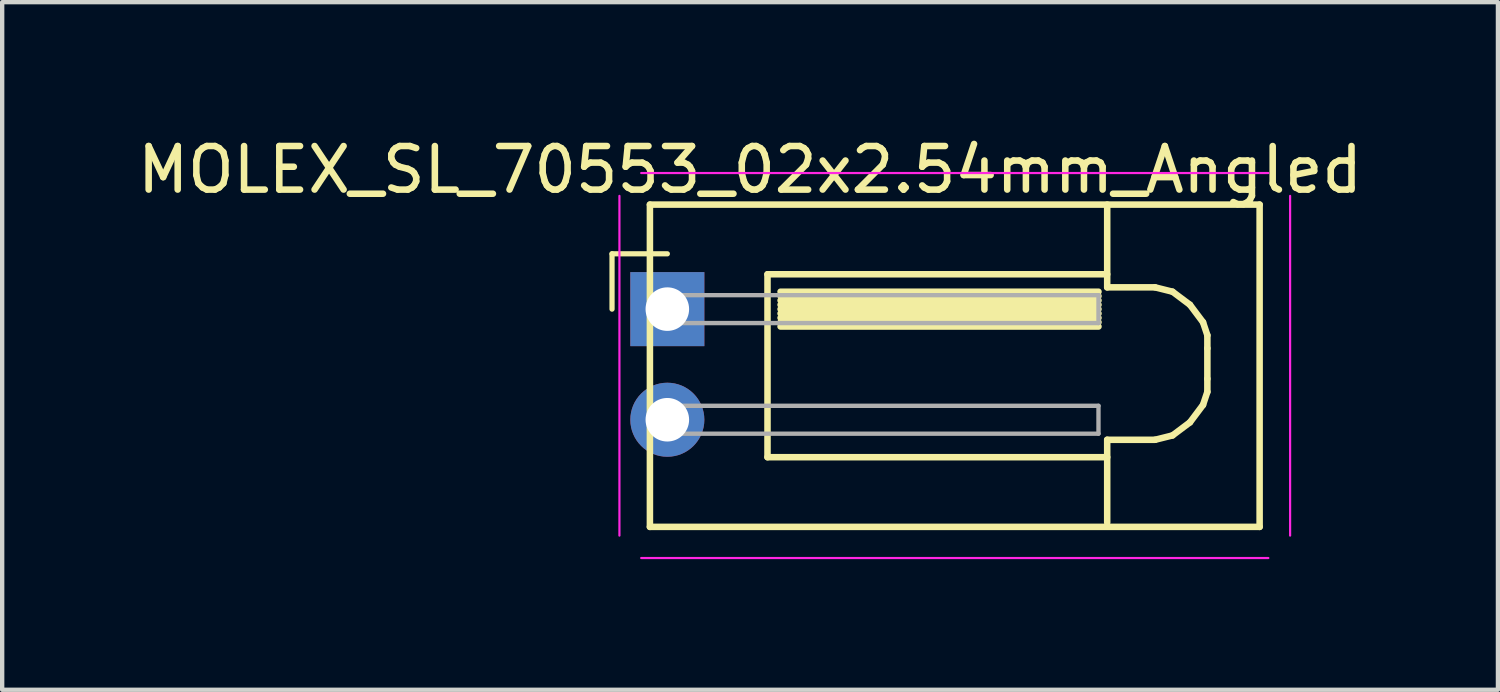
<source format=kicad_pcb>
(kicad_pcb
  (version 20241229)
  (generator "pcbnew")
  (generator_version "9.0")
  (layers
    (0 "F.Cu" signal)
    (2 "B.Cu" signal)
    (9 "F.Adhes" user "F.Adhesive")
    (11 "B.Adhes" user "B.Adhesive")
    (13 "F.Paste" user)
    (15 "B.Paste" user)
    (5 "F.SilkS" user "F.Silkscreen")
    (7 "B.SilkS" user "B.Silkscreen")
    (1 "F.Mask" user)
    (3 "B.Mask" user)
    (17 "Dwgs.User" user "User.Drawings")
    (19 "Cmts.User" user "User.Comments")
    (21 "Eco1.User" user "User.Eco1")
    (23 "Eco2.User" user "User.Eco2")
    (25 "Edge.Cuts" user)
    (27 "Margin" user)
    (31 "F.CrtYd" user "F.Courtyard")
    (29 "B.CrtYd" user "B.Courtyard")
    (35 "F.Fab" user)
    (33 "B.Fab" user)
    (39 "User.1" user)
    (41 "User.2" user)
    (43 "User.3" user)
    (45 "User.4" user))
  (footprint "MOLEX_SL_70553_02x2.54mm_Angled"
    (layer "F.Cu")
    (at 12.273 4.048)
    (property "Reference" "MOLEX_SL_70553_02x2.54mm_Angled" (at 1.9 -3.2 0) (layer "F.SilkS") (effects (font (size 1 1) (thickness 0.15))))
    (attr through_hole)
    (fp_line (start -1.27 -1.27) (end 0 -1.27) (stroke (width 0.12) (type solid)) (layer "F.SilkS"))
    (fp_line (start -1.27 0) (end -1.27 -1.27) (stroke (width 0.12) (type solid)) (layer "F.SilkS"))
    (fp_line (start -0.4 -2.4) (end 13.6 -2.4) (stroke (width 0.15) (type solid)) (layer "F.SilkS"))
    (fp_line (start -0.4 5) (end -0.4 -2.4) (stroke (width 0.15) (type solid)) (layer "F.SilkS"))
    (fp_line (start 2.3 -0.8) (end 2.3 3.4) (stroke (width 0.15) (type solid)) (layer "F.SilkS"))
    (fp_line (start 2.3 3.4) (end 10.1 3.4) (stroke (width 0.15) (type solid)) (layer "F.SilkS"))
    (fp_line (start 2.6 -0.4) (end 9.9 -0.4) (stroke (width 0.15) (type solid)) (layer "F.SilkS"))
    (fp_line (start 2.6 -0.3) (end 9.9 -0.3) (stroke (width 0.15) (type solid)) (layer "F.SilkS"))
    (fp_line (start 2.6 -0.2) (end 9.9 -0.2) (stroke (width 0.15) (type solid)) (layer "F.SilkS"))
    (fp_line (start 2.6 -0.1) (end 9.9 -0.1) (stroke (width 0.15) (type solid)) (layer "F.SilkS"))
    (fp_line (start 2.6 0) (end 9.9 0) (stroke (width 0.15) (type solid)) (layer "F.SilkS"))
    (fp_line (start 2.6 0.1) (end 9.9 0.1) (stroke (width 0.15) (type solid)) (layer "F.SilkS"))
    (fp_line (start 2.6 0.2) (end 9.9 0.2) (stroke (width 0.15) (type solid)) (layer "F.SilkS"))
    (fp_line (start 2.6 0.3) (end 9.9 0.3) (stroke (width 0.15) (type solid)) (layer "F.SilkS"))
    (fp_line (start 2.6 0.4) (end 9.9 0.4) (stroke (width 0.15) (type solid)) (layer "F.SilkS"))
    (fp_line (start 10.1 -2.4) (end 10.1 -0.5) (stroke (width 0.15) (type solid)) (layer "F.SilkS"))
    (fp_line (start 10.1 -0.8) (end 2.3 -0.8) (stroke (width 0.15) (type solid)) (layer "F.SilkS"))
    (fp_line (start 10.1 -0.5) (end 11.2 -0.5) (stroke (width 0.15) (type solid)) (layer "F.SilkS"))
    (fp_line (start 10.1 3) (end 11.2 3) (stroke (width 0.15) (type solid)) (layer "F.SilkS"))
    (fp_line (start 10.1 4.9) (end 10.1 3) (stroke (width 0.15) (type solid)) (layer "F.SilkS"))
    (fp_line (start 11.2 -0.5) (end 11.6 -0.4) (stroke (width 0.15) (type solid)) (layer "F.SilkS"))
    (fp_line (start 11.2 3) (end 11.6 2.9) (stroke (width 0.15) (type solid)) (layer "F.SilkS"))
    (fp_line (start 11.6 -0.4) (end 12 -0.1) (stroke (width 0.15) (type solid)) (layer "F.SilkS"))
    (fp_line (start 11.6 2.9) (end 12 2.6) (stroke (width 0.15) (type solid)) (layer "F.SilkS"))
    (fp_line (start 12 -0.1) (end 12.3 0.3) (stroke (width 0.15) (type solid)) (layer "F.SilkS"))
    (fp_line (start 12 2.6) (end 12.3 2.2) (stroke (width 0.15) (type solid)) (layer "F.SilkS"))
    (fp_line (start 12.3 0.3) (end 12.4 0.6) (stroke (width 0.15) (type solid)) (layer "F.SilkS"))
    (fp_line (start 12.3 2.2) (end 12.4 1.9) (stroke (width 0.15) (type solid)) (layer "F.SilkS"))
    (fp_line (start 12.4 0.6) (end 12.4 0.9) (stroke (width 0.15) (type solid)) (layer "F.SilkS"))
    (fp_line (start 12.4 1.6) (end 12.4 0.9) (stroke (width 0.15) (type solid)) (layer "F.SilkS"))
    (fp_line (start 12.4 1.9) (end 12.4 1.6) (stroke (width 0.15) (type solid)) (layer "F.SilkS"))
    (fp_line (start 13.6 -2.4) (end 13.6 5) (stroke (width 0.15) (type solid)) (layer "F.SilkS"))
    (fp_line (start 13.6 5) (end -0.4 5) (stroke (width 0.15) (type solid)) (layer "F.SilkS"))
    (fp_line (start -1.1 -2.6) (end -1.1 5.2) (stroke (width 0.05) (type solid)) (layer "F.CrtYd"))
    (fp_line (start -0.6 -3.125) (end 13.8 -3.125) (stroke (width 0.05) (type solid)) (layer "F.CrtYd"))
    (fp_line (start -0.6 5.715) (end 13.8 5.715) (stroke (width 0.05) (type solid)) (layer "F.CrtYd"))
    (fp_line (start 14.3 -2.6) (end 14.3 5.2) (stroke (width 0.05) (type solid)) (layer "F.CrtYd"))
    (fp_line (start 0 -0.32) (end 0 0.32) (stroke (width 0.1) (type solid)) (layer "F.Fab"))
    (fp_line (start 0 0.32) (end 9.9 0.32) (stroke (width 0.1) (type solid)) (layer "F.Fab"))
    (fp_line (start 0 2.22) (end 0 2.86) (stroke (width 0.1) (type solid)) (layer "F.Fab"))
    (fp_line (start 0 2.86) (end 9.9 2.86) (stroke (width 0.1) (type solid)) (layer "F.Fab"))
    (fp_line (start 9.9 -0.32) (end 0 -0.32) (stroke (width 0.1) (type solid)) (layer "F.Fab"))
    (fp_line (start 9.9 0.32) (end 9.9 -0.32) (stroke (width 0.1) (type solid)) (layer "F.Fab"))
    (fp_line (start 9.9 2.22) (end 0 2.22) (stroke (width 0.1) (type solid)) (layer "F.Fab"))
    (fp_line (start 9.9 2.86) (end 9.9 2.22) (stroke (width 0.1) (type solid)) (layer "F.Fab"))
    (pad "1" thru_hole rect (at 0 0) (size 1.7 1.7) (drill 1) (layers "*.Cu" "*.Mask"))
    (pad "2" thru_hole oval (at 0 2.54) (size 1.7 1.7) (drill 1) (layers "*.Cu" "*.Mask")))
  (gr_rect
    (start -3 -3)
    (end 31.345 12.788)
    (stroke (width 0.1) (type default))
    (fill no)
    (layer "Edge.Cuts")))
</source>
